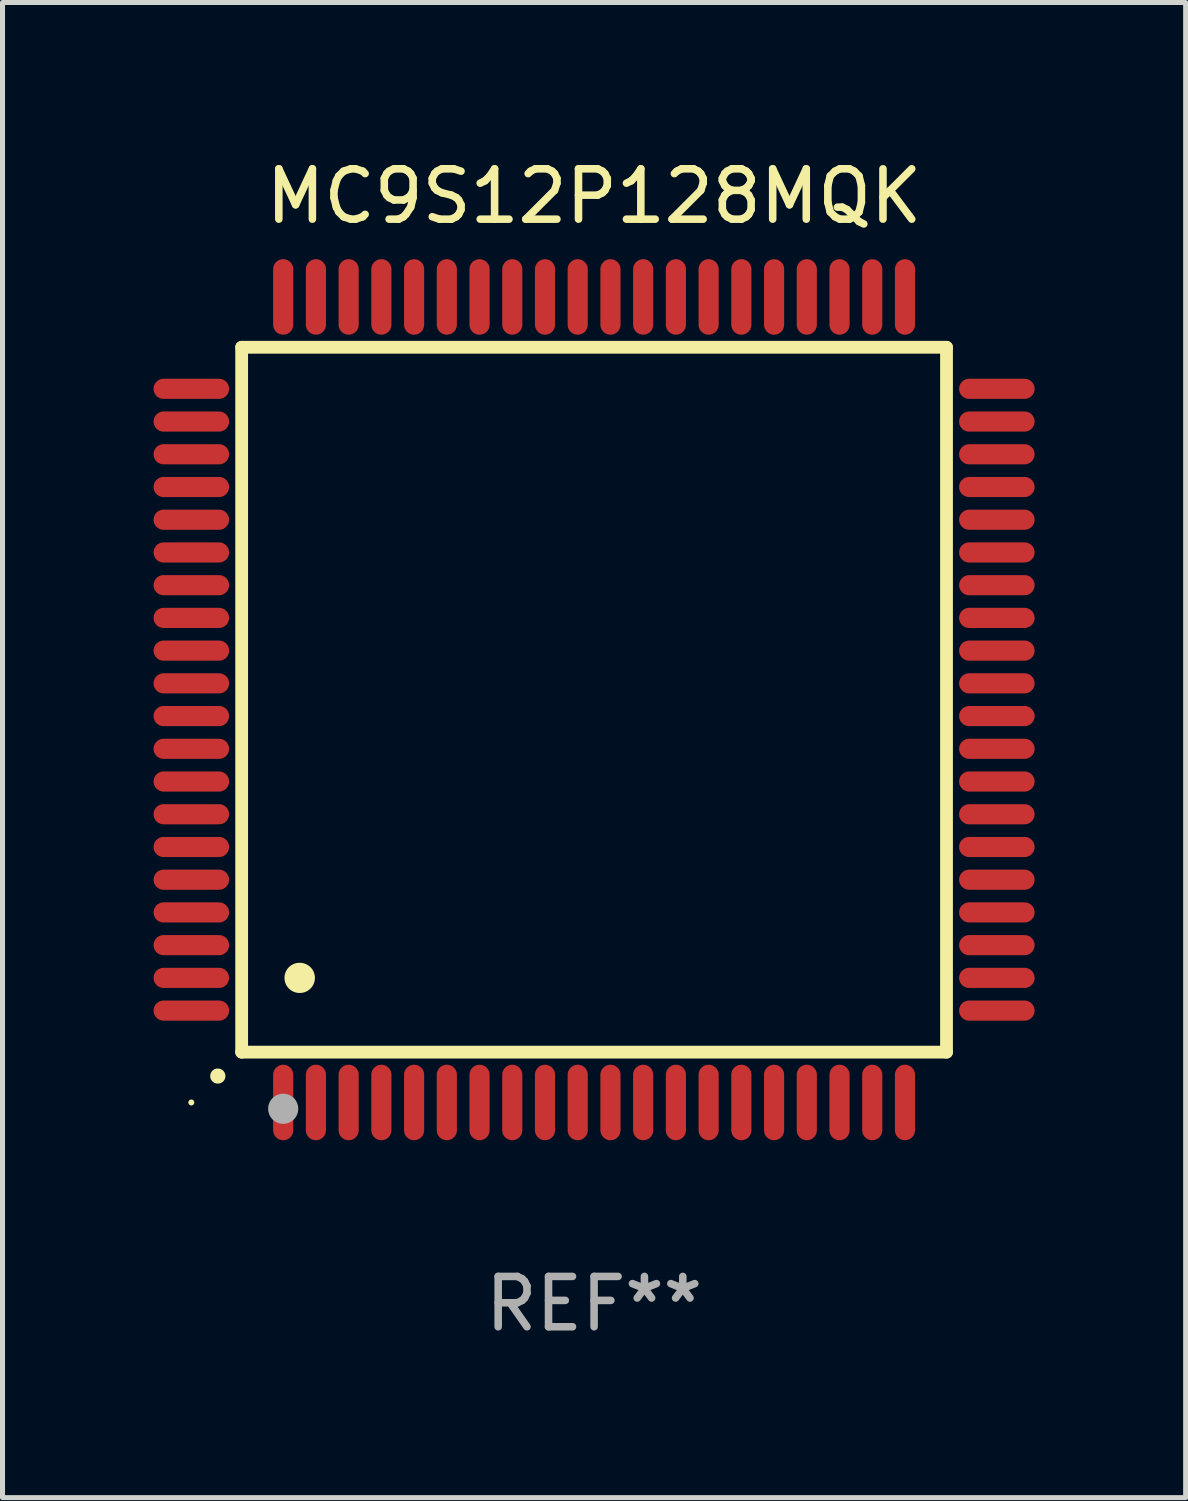
<source format=kicad_pcb>
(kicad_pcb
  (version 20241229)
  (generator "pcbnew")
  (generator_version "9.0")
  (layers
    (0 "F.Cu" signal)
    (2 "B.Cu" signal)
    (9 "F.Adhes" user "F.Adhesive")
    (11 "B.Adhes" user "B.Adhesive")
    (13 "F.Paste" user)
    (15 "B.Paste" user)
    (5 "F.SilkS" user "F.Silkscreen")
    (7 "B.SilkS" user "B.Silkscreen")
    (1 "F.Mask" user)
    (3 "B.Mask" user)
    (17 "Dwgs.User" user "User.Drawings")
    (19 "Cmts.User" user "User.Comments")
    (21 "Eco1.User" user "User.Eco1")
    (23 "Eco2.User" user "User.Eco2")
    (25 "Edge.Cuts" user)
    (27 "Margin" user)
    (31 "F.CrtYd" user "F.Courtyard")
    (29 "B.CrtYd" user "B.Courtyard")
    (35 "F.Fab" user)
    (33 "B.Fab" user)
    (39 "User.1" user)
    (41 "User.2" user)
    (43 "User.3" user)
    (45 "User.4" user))
  (footprint "MC9S12P128MQK"
    (layer "F.Cu")
    (at 8.75 10.848)
    (property "Reference" "MC9S12P128MQK" (at 0 -10 0) (layer "F.SilkS") (effects (font (size 1 1) (thickness 0.15))))
    (attr through_hole)
    (fp_line (start -7 -7) (end -7 7) (stroke (width 0.254) (type solid)) (layer "F.SilkS"))
    (fp_line (start -7 -7) (end 7 -7) (stroke (width 0.254) (type solid)) (layer "F.SilkS"))
    (fp_line (start -7 7) (end 7 7) (stroke (width 0.254) (type solid)) (layer "F.SilkS"))
    (fp_line (start 7 -7) (end 7 7) (stroke (width 0.254) (type solid)) (layer "F.SilkS"))
    (fp_arc (start -7.475006 7.475006) (mid -7.473736 7.475001) (end -7.472466 7.475006) (stroke (width 0.3) (type solid)) (layer "F.SilkS"))
    (fp_arc (start -5.850013 5.525019) (mid -5.847473 5.525008) (end -5.844933 5.525019) (stroke (width 0.6) (type solid)) (layer "F.SilkS"))
    (fp_circle (center -8 8) (end -7.97 8) (stroke (width 0.06) (type solid)) (fill no) (layer "F.SilkS"))
    (fp_circle (center -6.175 8.125) (end -6.025 8.125) (stroke (width 0.3) (type solid)) (fill no) (layer "F.Fab"))
    (fp_text user "REF**" (at 0 12 0) (layer "F.Fab") (effects (font (size 1 1) (thickness 0.15))))
    (pad "1" smd oval (at -6.175 8 180) (size 0.4 1.5) (layers "F.Cu" "F.Mask" "F.Paste"))
    (pad "2" smd oval (at -5.525 8 180) (size 0.4 1.5) (layers "F.Cu" "F.Mask" "F.Paste"))
    (pad "3" smd oval (at -4.875 8 180) (size 0.4 1.5) (layers "F.Cu" "F.Mask" "F.Paste"))
    (pad "4" smd oval (at -4.225 8 180) (size 0.4 1.5) (layers "F.Cu" "F.Mask" "F.Paste"))
    (pad "5" smd oval (at -3.575 8 180) (size 0.4 1.5) (layers "F.Cu" "F.Mask" "F.Paste"))
    (pad "6" smd oval (at -2.925 8 180) (size 0.4 1.5) (layers "F.Cu" "F.Mask" "F.Paste"))
    (pad "7" smd oval (at -2.275 8 180) (size 0.4 1.5) (layers "F.Cu" "F.Mask" "F.Paste"))
    (pad "8" smd oval (at -1.625 8 180) (size 0.4 1.5) (layers "F.Cu" "F.Mask" "F.Paste"))
    (pad "9" smd oval (at -0.975 8 180) (size 0.4 1.5) (layers "F.Cu" "F.Mask" "F.Paste"))
    (pad "10" smd oval (at -0.325 8 180) (size 0.4 1.5) (layers "F.Cu" "F.Mask" "F.Paste"))
    (pad "11" smd oval (at 0.325 8 180) (size 0.4 1.5) (layers "F.Cu" "F.Mask" "F.Paste"))
    (pad "12" smd oval (at 0.975 8 180) (size 0.4 1.5) (layers "F.Cu" "F.Mask" "F.Paste"))
    (pad "13" smd oval (at 1.625 8 180) (size 0.4 1.5) (layers "F.Cu" "F.Mask" "F.Paste"))
    (pad "14" smd oval (at 2.275 8 180) (size 0.4 1.5) (layers "F.Cu" "F.Mask" "F.Paste"))
    (pad "15" smd oval (at 2.925 8 180) (size 0.4 1.5) (layers "F.Cu" "F.Mask" "F.Paste"))
    (pad "16" smd oval (at 3.575 8 180) (size 0.4 1.5) (layers "F.Cu" "F.Mask" "F.Paste"))
    (pad "17" smd oval (at 4.225 8 180) (size 0.4 1.5) (layers "F.Cu" "F.Mask" "F.Paste"))
    (pad "18" smd oval (at 4.875 8 180) (size 0.4 1.5) (layers "F.Cu" "F.Mask" "F.Paste"))
    (pad "19" smd oval (at 5.525 8 180) (size 0.4 1.5) (layers "F.Cu" "F.Mask" "F.Paste"))
    (pad "20" smd oval (at 6.175 8) (size 0.4 1.5) (layers "F.Cu" "F.Mask" "F.Paste"))
    (pad "21" smd oval (at 8 6.175 270) (size 0.4 1.5) (layers "F.Cu" "F.Mask" "F.Paste"))
    (pad "22" smd oval (at 8 5.525 90) (size 0.4 1.5) (layers "F.Cu" "F.Mask" "F.Paste"))
    (pad "23" smd oval (at 8 4.875 90) (size 0.4 1.5) (layers "F.Cu" "F.Mask" "F.Paste"))
    (pad "24" smd oval (at 8 4.225 90) (size 0.4 1.5) (layers "F.Cu" "F.Mask" "F.Paste"))
    (pad "25" smd oval (at 8 3.575 90) (size 0.4 1.5) (layers "F.Cu" "F.Mask" "F.Paste"))
    (pad "26" smd oval (at 8 2.925 90) (size 0.4 1.5) (layers "F.Cu" "F.Mask" "F.Paste"))
    (pad "27" smd oval (at 8 2.275 90) (size 0.4 1.5) (layers "F.Cu" "F.Mask" "F.Paste"))
    (pad "28" smd oval (at 8 1.625 90) (size 0.4 1.5) (layers "F.Cu" "F.Mask" "F.Paste"))
    (pad "29" smd oval (at 8 0.975 90) (size 0.4 1.5) (layers "F.Cu" "F.Mask" "F.Paste"))
    (pad "30" smd oval (at 8 0.325 90) (size 0.4 1.5) (layers "F.Cu" "F.Mask" "F.Paste"))
    (pad "31" smd oval (at 8 -0.325 90) (size 0.4 1.5) (layers "F.Cu" "F.Mask" "F.Paste"))
    (pad "32" smd oval (at 8 -0.975 90) (size 0.4 1.5) (layers "F.Cu" "F.Mask" "F.Paste"))
    (pad "33" smd oval (at 8 -1.625 90) (size 0.4 1.5) (layers "F.Cu" "F.Mask" "F.Paste"))
    (pad "34" smd oval (at 8 -2.275 90) (size 0.4 1.5) (layers "F.Cu" "F.Mask" "F.Paste"))
    (pad "35" smd oval (at 8 -2.925 90) (size 0.4 1.5) (layers "F.Cu" "F.Mask" "F.Paste"))
    (pad "36" smd oval (at 8 -3.575 90) (size 0.4 1.5) (layers "F.Cu" "F.Mask" "F.Paste"))
    (pad "37" smd oval (at 8 -4.225 90) (size 0.4 1.5) (layers "F.Cu" "F.Mask" "F.Paste"))
    (pad "38" smd oval (at 8 -4.875 90) (size 0.4 1.5) (layers "F.Cu" "F.Mask" "F.Paste"))
    (pad "39" smd oval (at 8 -5.525 90) (size 0.4 1.5) (layers "F.Cu" "F.Mask" "F.Paste"))
    (pad "40" smd oval (at 8 -6.175 90) (size 0.4 1.5) (layers "F.Cu" "F.Mask" "F.Paste"))
    (pad "41" smd oval (at 6.175 -8) (size 0.4 1.5) (layers "F.Cu" "F.Mask" "F.Paste"))
    (pad "42" smd oval (at 5.525 -8 180) (size 0.4 1.5) (layers "F.Cu" "F.Mask" "F.Paste"))
    (pad "43" smd oval (at 4.875 -8 180) (size 0.4 1.5) (layers "F.Cu" "F.Mask" "F.Paste"))
    (pad "44" smd oval (at 4.225 -8 180) (size 0.4 1.5) (layers "F.Cu" "F.Mask" "F.Paste"))
    (pad "45" smd oval (at 3.575 -8 180) (size 0.4 1.5) (layers "F.Cu" "F.Mask" "F.Paste"))
    (pad "46" smd oval (at 2.925 -8 180) (size 0.4 1.5) (layers "F.Cu" "F.Mask" "F.Paste"))
    (pad "47" smd oval (at 2.275 -8 180) (size 0.4 1.5) (layers "F.Cu" "F.Mask" "F.Paste"))
    (pad "48" smd oval (at 1.625 -8 180) (size 0.4 1.5) (layers "F.Cu" "F.Mask" "F.Paste"))
    (pad "49" smd oval (at 0.975 -8 180) (size 0.4 1.5) (layers "F.Cu" "F.Mask" "F.Paste"))
    (pad "50" smd oval (at 0.325 -8 180) (size 0.4 1.5) (layers "F.Cu" "F.Mask" "F.Paste"))
    (pad "51" smd oval (at -0.325 -8 180) (size 0.4 1.5) (layers "F.Cu" "F.Mask" "F.Paste"))
    (pad "52" smd oval (at -0.975 -8 180) (size 0.4 1.5) (layers "F.Cu" "F.Mask" "F.Paste"))
    (pad "53" smd oval (at -1.625 -8 180) (size 0.4 1.5) (layers "F.Cu" "F.Mask" "F.Paste"))
    (pad "54" smd oval (at -2.275 -8 180) (size 0.4 1.5) (layers "F.Cu" "F.Mask" "F.Paste"))
    (pad "55" smd oval (at -2.925 -8 180) (size 0.4 1.5) (layers "F.Cu" "F.Mask" "F.Paste"))
    (pad "56" smd oval (at -3.575 -8 180) (size 0.4 1.5) (layers "F.Cu" "F.Mask" "F.Paste"))
    (pad "57" smd oval (at -4.225 -8 180) (size 0.4 1.5) (layers "F.Cu" "F.Mask" "F.Paste"))
    (pad "58" smd oval (at -4.875 -8 180) (size 0.4 1.5) (layers "F.Cu" "F.Mask" "F.Paste"))
    (pad "59" smd oval (at -5.525 -8 180) (size 0.4 1.5) (layers "F.Cu" "F.Mask" "F.Paste"))
    (pad "60" smd oval (at -6.175 -8 180) (size 0.4 1.5) (layers "F.Cu" "F.Mask" "F.Paste"))
    (pad "61" smd oval (at -8 -6.175 90) (size 0.4 1.5) (layers "F.Cu" "F.Mask" "F.Paste"))
    (pad "62" smd oval (at -8 -5.525 90) (size 0.4 1.5) (layers "F.Cu" "F.Mask" "F.Paste"))
    (pad "63" smd oval (at -8 -4.875 90) (size 0.4 1.5) (layers "F.Cu" "F.Mask" "F.Paste"))
    (pad "64" smd oval (at -8 -4.225 90) (size 0.4 1.5) (layers "F.Cu" "F.Mask" "F.Paste"))
    (pad "65" smd oval (at -8 -3.575 90) (size 0.4 1.5) (layers "F.Cu" "F.Mask" "F.Paste"))
    (pad "66" smd oval (at -8 -2.925 90) (size 0.4 1.5) (layers "F.Cu" "F.Mask" "F.Paste"))
    (pad "67" smd oval (at -8 -2.275 90) (size 0.4 1.5) (layers "F.Cu" "F.Mask" "F.Paste"))
    (pad "68" smd oval (at -8 -1.625 90) (size 0.4 1.5) (layers "F.Cu" "F.Mask" "F.Paste"))
    (pad "69" smd oval (at -8 -0.975 90) (size 0.4 1.5) (layers "F.Cu" "F.Mask" "F.Paste"))
    (pad "70" smd oval (at -8 -0.325 90) (size 0.4 1.5) (layers "F.Cu" "F.Mask" "F.Paste"))
    (pad "71" smd oval (at -8 0.325 90) (size 0.4 1.5) (layers "F.Cu" "F.Mask" "F.Paste"))
    (pad "72" smd oval (at -8 0.975 90) (size 0.4 1.5) (layers "F.Cu" "F.Mask" "F.Paste"))
    (pad "73" smd oval (at -8 1.625 90) (size 0.4 1.5) (layers "F.Cu" "F.Mask" "F.Paste"))
    (pad "74" smd oval (at -8 2.275 90) (size 0.4 1.5) (layers "F.Cu" "F.Mask" "F.Paste"))
    (pad "75" smd oval (at -8 2.925 90) (size 0.4 1.5) (layers "F.Cu" "F.Mask" "F.Paste"))
    (pad "76" smd oval (at -8 3.575 90) (size 0.4 1.5) (layers "F.Cu" "F.Mask" "F.Paste"))
    (pad "77" smd oval (at -8 4.225 90) (size 0.4 1.5) (layers "F.Cu" "F.Mask" "F.Paste"))
    (pad "78" smd oval (at -8 4.875 90) (size 0.4 1.5) (layers "F.Cu" "F.Mask" "F.Paste"))
    (pad "79" smd oval (at -8 5.525 90) (size 0.4 1.5) (layers "F.Cu" "F.Mask" "F.Paste"))
    (pad "80" smd oval (at -8 6.175 270) (size 0.4 1.5) (layers "F.Cu" "F.Mask" "F.Paste")))
  (gr_rect
    (start -3 -3)
    (end 20.5 26.697)
    (stroke (width 0.1) (type default))
    (fill no)
    (layer "Edge.Cuts")))
</source>
